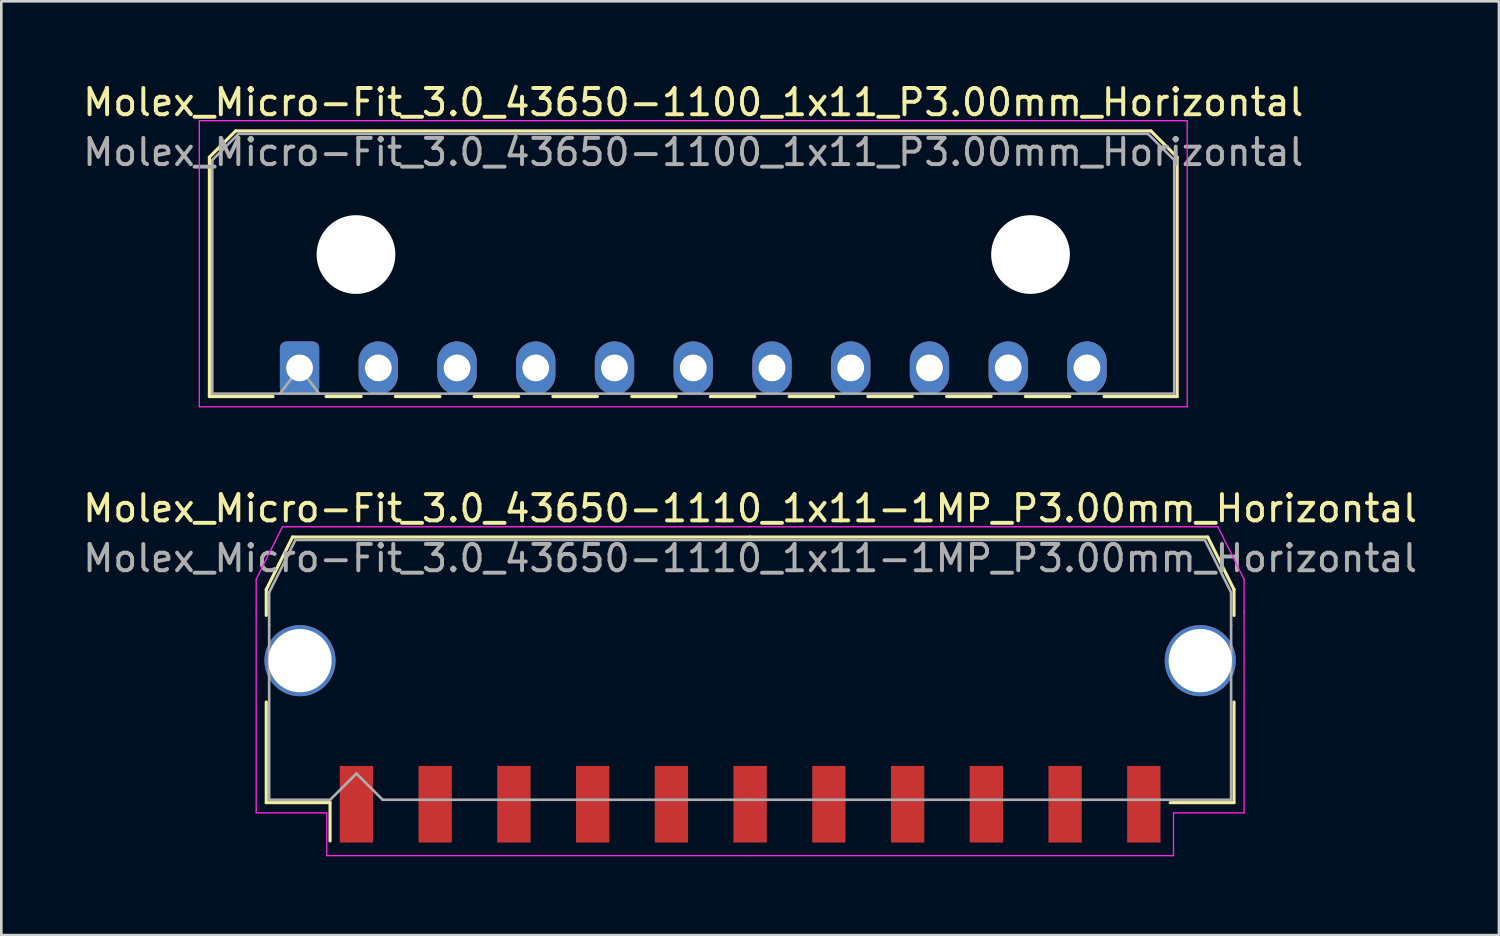
<source format=kicad_pcb>
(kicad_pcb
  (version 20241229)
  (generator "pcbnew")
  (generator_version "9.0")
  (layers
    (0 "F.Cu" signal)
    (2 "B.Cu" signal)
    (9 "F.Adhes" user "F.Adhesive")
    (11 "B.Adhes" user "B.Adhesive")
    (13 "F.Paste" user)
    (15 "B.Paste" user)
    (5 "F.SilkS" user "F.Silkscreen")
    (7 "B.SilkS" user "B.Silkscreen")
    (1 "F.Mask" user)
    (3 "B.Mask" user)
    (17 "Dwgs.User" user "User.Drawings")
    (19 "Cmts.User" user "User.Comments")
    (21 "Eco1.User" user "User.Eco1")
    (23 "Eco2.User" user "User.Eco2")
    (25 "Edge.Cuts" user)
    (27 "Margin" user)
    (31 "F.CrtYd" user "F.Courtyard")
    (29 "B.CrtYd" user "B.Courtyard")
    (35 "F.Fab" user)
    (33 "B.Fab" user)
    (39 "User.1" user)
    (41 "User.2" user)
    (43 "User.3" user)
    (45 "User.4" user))
  (footprint "Molex_Micro-Fit_3.0_43650-1110_1x11-1MP_P3.00mm_Horizontal"
    (layer "F.Cu")
    (at 25.53 22.471)
    (property "Reference" "Molex_Micro-Fit_3.0_43650-1110_1x11-1MP_P3.00mm_Horizontal" (at 0 -6.15 0) (layer "F.SilkS") (effects (font (size 1 1) (thickness 0.15))))
    (attr smd)
    (fp_line (start -18.435 -3.06) (end -18.435 -2.075) (stroke (width 0.12) (type solid)) (layer "F.SilkS"))
    (fp_line (start -18.435 1.225) (end -18.435 5.06) (stroke (width 0.12) (type solid)) (layer "F.SilkS"))
    (fp_line (start -18.435 5.06) (end -16.005 5.06) (stroke (width 0.12) (type solid)) (layer "F.SilkS"))
    (fp_line (start -17.435 -5.06) (end -18.435 -3.06) (stroke (width 0.12) (type solid)) (layer "F.SilkS"))
    (fp_line (start -16.005 5.06) (end -16.005 6.52) (stroke (width 0.12) (type solid)) (layer "F.SilkS"))
    (fp_line (start 0 -5.06) (end -17.435 -5.06) (stroke (width 0.12) (type solid)) (layer "F.SilkS"))
    (fp_line (start 0 -5.06) (end 17.435 -5.06) (stroke (width 0.12) (type solid)) (layer "F.SilkS"))
    (fp_line (start 17.435 -5.06) (end 18.435 -3.06) (stroke (width 0.12) (type solid)) (layer "F.SilkS"))
    (fp_line (start 18.435 -3.06) (end 18.435 -2.075) (stroke (width 0.12) (type solid)) (layer "F.SilkS"))
    (fp_line (start 18.435 1.225) (end 18.435 5.06) (stroke (width 0.12) (type solid)) (layer "F.SilkS"))
    (fp_line (start 18.435 5.06) (end 16.005 5.06) (stroke (width 0.12) (type solid)) (layer "F.SilkS"))
    (fp_line (start -18.82 -3.45) (end -18.82 -2.2) (stroke (width 0.05) (type solid)) (layer "F.CrtYd"))
    (fp_line (start -18.82 -2.2) (end -18.82 5.45) (stroke (width 0.05) (type solid)) (layer "F.CrtYd"))
    (fp_line (start -18.82 5.45) (end -16.13 5.45) (stroke (width 0.05) (type solid)) (layer "F.CrtYd"))
    (fp_line (start -17.82 -5.45) (end -18.82 -3.45) (stroke (width 0.05) (type solid)) (layer "F.CrtYd"))
    (fp_line (start -16.13 5.45) (end -16.13 7.08) (stroke (width 0.05) (type solid)) (layer "F.CrtYd"))
    (fp_line (start -16.13 7.08) (end 0 7.08) (stroke (width 0.05) (type solid)) (layer "F.CrtYd"))
    (fp_line (start 0 -5.45) (end -17.82 -5.45) (stroke (width 0.05) (type solid)) (layer "F.CrtYd"))
    (fp_line (start 0 -5.45) (end 17.82 -5.45) (stroke (width 0.05) (type solid)) (layer "F.CrtYd"))
    (fp_line (start 16.13 5.45) (end 16.13 7.08) (stroke (width 0.05) (type solid)) (layer "F.CrtYd"))
    (fp_line (start 16.13 7.08) (end 0 7.08) (stroke (width 0.05) (type solid)) (layer "F.CrtYd"))
    (fp_line (start 17.82 -5.45) (end 18.82 -3.45) (stroke (width 0.05) (type solid)) (layer "F.CrtYd"))
    (fp_line (start 18.82 -3.45) (end 18.82 -2.2) (stroke (width 0.05) (type solid)) (layer "F.CrtYd"))
    (fp_line (start 18.82 -2.2) (end 18.82 5.45) (stroke (width 0.05) (type solid)) (layer "F.CrtYd"))
    (fp_line (start 18.82 5.45) (end 16.13 5.45) (stroke (width 0.05) (type solid)) (layer "F.CrtYd"))
    (fp_line (start -18.325 -2.95) (end -18.325 -1.705) (stroke (width 0.1) (type solid)) (layer "F.Fab"))
    (fp_line (start -18.325 -1.705) (end -18.325 4.95) (stroke (width 0.1) (type solid)) (layer "F.Fab"))
    (fp_line (start -18.325 4.95) (end -16 4.95) (stroke (width 0.1) (type solid)) (layer "F.Fab"))
    (fp_line (start -17.325 -4.95) (end -18.325 -2.95) (stroke (width 0.1) (type solid)) (layer "F.Fab"))
    (fp_line (start -16 4.95) (end -15 3.95) (stroke (width 0.1) (type solid)) (layer "F.Fab"))
    (fp_line (start -15 3.95) (end -14 4.95) (stroke (width 0.1) (type solid)) (layer "F.Fab"))
    (fp_line (start -14 4.95) (end 0 4.95) (stroke (width 0.1) (type solid)) (layer "F.Fab"))
    (fp_line (start 0 -4.95) (end -17.325 -4.95) (stroke (width 0.1) (type solid)) (layer "F.Fab"))
    (fp_line (start 0 -4.95) (end 17.325 -4.95) (stroke (width 0.1) (type solid)) (layer "F.Fab"))
    (fp_line (start 15.635 4.95) (end 0 4.95) (stroke (width 0.1) (type solid)) (layer "F.Fab"))
    (fp_line (start 17.325 -4.95) (end 18.325 -2.95) (stroke (width 0.1) (type solid)) (layer "F.Fab"))
    (fp_line (start 18.325 -2.95) (end 18.325 -1.705) (stroke (width 0.1) (type solid)) (layer "F.Fab"))
    (fp_line (start 18.325 -1.705) (end 18.325 4.95) (stroke (width 0.1) (type solid)) (layer "F.Fab"))
    (fp_line (start 18.325 4.95) (end 15.635 4.95) (stroke (width 0.1) (type solid)) (layer "F.Fab"))
    (fp_text user "${REFERENCE}" (at 0 -4.25 0) (layer "F.Fab") (effects (font (size 1 1) (thickness 0.15))))
    (pad "1" smd rect (at -15 5.12) (size 1.27 2.92) (layers "F.Cu" "F.Mask" "F.Paste"))
    (pad "2" smd rect (at -12 5.12) (size 1.27 2.92) (layers "F.Cu" "F.Mask" "F.Paste"))
    (pad "3" smd rect (at -9 5.12) (size 1.27 2.92) (layers "F.Cu" "F.Mask" "F.Paste"))
    (pad "4" smd rect (at -6 5.12) (size 1.27 2.92) (layers "F.Cu" "F.Mask" "F.Paste"))
    (pad "5" smd rect (at -3 5.12) (size 1.27 2.92) (layers "F.Cu" "F.Mask" "F.Paste"))
    (pad "6" smd rect (at 0 5.12) (size 1.27 2.92) (layers "F.Cu" "F.Mask" "F.Paste"))
    (pad "7" smd rect (at 3 5.12) (size 1.27 2.92) (layers "F.Cu" "F.Mask" "F.Paste"))
    (pad "8" smd rect (at 6 5.12) (size 1.27 2.92) (layers "F.Cu" "F.Mask" "F.Paste"))
    (pad "9" smd rect (at 9 5.12) (size 1.27 2.92) (layers "F.Cu" "F.Mask" "F.Paste"))
    (pad "10" smd rect (at 12 5.12) (size 1.27 2.92) (layers "F.Cu" "F.Mask" "F.Paste"))
    (pad "11" smd rect (at 15 5.12) (size 1.27 2.92) (layers "F.Cu" "F.Mask" "F.Paste"))
    (pad "MP" thru_hole circle (at -17.15 -0.35) (size 2.71 2.71) (drill 2.41) (layers "*.Cu" "*.Mask"))
    (pad "MP" thru_hole circle (at 17.15 -0.35) (size 2.71 2.71) (drill 2.41) (layers "*.Cu" "*.Mask")))
  (footprint "Molex_Micro-Fit_3.0_43650-1100_1x11_P3.00mm_Horizontal"
    (layer "F.Cu")
    (at 8.363 10.968)
    (property "Reference" "Molex_Micro-Fit_3.0_43650-1100_1x11_P3.00mm_Horizontal" (at 15 -10.12 0) (layer "F.SilkS") (effects (font (size 1 1) (thickness 0.15))))
    (attr through_hole)
    (fp_line (start -3.435 -8.03) (end -2.435 -9.03) (stroke (width 0.12) (type solid)) (layer "F.SilkS"))
    (fp_line (start -3.435 1.09) (end -3.435 -8.03) (stroke (width 0.12) (type solid)) (layer "F.SilkS"))
    (fp_line (start -3.435 1.09) (end -1.01 1.09) (stroke (width 0.12) (type solid)) (layer "F.SilkS"))
    (fp_line (start -2.435 -9.03) (end 32.435 -9.03) (stroke (width 0.12) (type solid)) (layer "F.SilkS"))
    (fp_line (start 1.01 1.09) (end 2.348 1.09) (stroke (width 0.12) (type solid)) (layer "F.SilkS"))
    (fp_line (start 3.652 1.09) (end 5.348 1.09) (stroke (width 0.12) (type solid)) (layer "F.SilkS"))
    (fp_line (start 6.652 1.09) (end 8.348 1.09) (stroke (width 0.12) (type solid)) (layer "F.SilkS"))
    (fp_line (start 9.652 1.09) (end 11.348 1.09) (stroke (width 0.12) (type solid)) (layer "F.SilkS"))
    (fp_line (start 12.652 1.09) (end 14.348 1.09) (stroke (width 0.12) (type solid)) (layer "F.SilkS"))
    (fp_line (start 15.652 1.09) (end 17.348 1.09) (stroke (width 0.12) (type solid)) (layer "F.SilkS"))
    (fp_line (start 18.652 1.09) (end 20.348 1.09) (stroke (width 0.12) (type solid)) (layer "F.SilkS"))
    (fp_line (start 21.652 1.09) (end 23.348 1.09) (stroke (width 0.12) (type solid)) (layer "F.SilkS"))
    (fp_line (start 24.652 1.09) (end 26.348 1.09) (stroke (width 0.12) (type solid)) (layer "F.SilkS"))
    (fp_line (start 27.652 1.09) (end 29.348 1.09) (stroke (width 0.12) (type solid)) (layer "F.SilkS"))
    (fp_line (start 32.435 -9.03) (end 33.435 -8.03) (stroke (width 0.12) (type solid)) (layer "F.SilkS"))
    (fp_line (start 33.435 -8.03) (end 33.435 1.09) (stroke (width 0.12) (type solid)) (layer "F.SilkS"))
    (fp_line (start 33.435 1.09) (end 30.652 1.09) (stroke (width 0.12) (type solid)) (layer "F.SilkS"))
    (fp_line (start -3.82 -9.42) (end 33.82 -9.42) (stroke (width 0.05) (type solid)) (layer "F.CrtYd"))
    (fp_line (start -3.82 1.48) (end -3.82 -9.42) (stroke (width 0.05) (type solid)) (layer "F.CrtYd"))
    (fp_line (start 33.82 -9.42) (end 33.82 1.48) (stroke (width 0.05) (type solid)) (layer "F.CrtYd"))
    (fp_line (start 33.82 1.48) (end -3.82 1.48) (stroke (width 0.05) (type solid)) (layer "F.CrtYd"))
    (fp_line (start -3.325 -7.92) (end -2.325 -8.92) (stroke (width 0.1) (type solid)) (layer "F.Fab"))
    (fp_line (start -3.325 0.98) (end -3.325 -7.92) (stroke (width 0.1) (type solid)) (layer "F.Fab"))
    (fp_line (start -2.325 -8.92) (end 32.325 -8.92) (stroke (width 0.1) (type solid)) (layer "F.Fab"))
    (fp_line (start -0.75 0.98) (end 0 0) (stroke (width 0.1) (type solid)) (layer "F.Fab"))
    (fp_line (start 0 0) (end 0.75 0.98) (stroke (width 0.1) (type solid)) (layer "F.Fab"))
    (fp_line (start 32.325 -8.92) (end 33.325 -7.92) (stroke (width 0.1) (type solid)) (layer "F.Fab"))
    (fp_line (start 33.325 -7.92) (end 33.325 0.98) (stroke (width 0.1) (type solid)) (layer "F.Fab"))
    (fp_line (start 33.325 0.98) (end -3.325 0.98) (stroke (width 0.1) (type solid)) (layer "F.Fab"))
    (fp_text user "${REFERENCE}" (at 15 -8.22 0) (layer "F.Fab") (effects (font (size 1 1) (thickness 0.15))))
    (pad "" np_thru_hole circle (at 2.15 -4.32) (size 3 3) (drill 3) (layers "*.Cu" "*.Mask"))
    (pad "" np_thru_hole circle (at 27.85 -4.32) (size 3 3) (drill 3) (layers "*.Cu" "*.Mask"))
    (pad "1" thru_hole roundrect (at 0 0) (size 1.5 2.02) (drill 1.02) (layers "*.Cu" "*.Mask") (roundrect_rratio 0.167))
    (pad "2" thru_hole oval (at 3 0) (size 1.5 2.02) (drill 1.02) (layers "*.Cu" "*.Mask"))
    (pad "3" thru_hole oval (at 6 0) (size 1.5 2.02) (drill 1.02) (layers "*.Cu" "*.Mask"))
    (pad "4" thru_hole oval (at 9 0) (size 1.5 2.02) (drill 1.02) (layers "*.Cu" "*.Mask"))
    (pad "5" thru_hole oval (at 12 0) (size 1.5 2.02) (drill 1.02) (layers "*.Cu" "*.Mask"))
    (pad "6" thru_hole oval (at 15 0) (size 1.5 2.02) (drill 1.02) (layers "*.Cu" "*.Mask"))
    (pad "7" thru_hole oval (at 18 0) (size 1.5 2.02) (drill 1.02) (layers "*.Cu" "*.Mask"))
    (pad "8" thru_hole oval (at 21 0) (size 1.5 2.02) (drill 1.02) (layers "*.Cu" "*.Mask"))
    (pad "9" thru_hole oval (at 24 0) (size 1.5 2.02) (drill 1.02) (layers "*.Cu" "*.Mask"))
    (pad "10" thru_hole oval (at 27 0) (size 1.5 2.02) (drill 1.02) (layers "*.Cu" "*.Mask"))
    (pad "11" thru_hole oval (at 30 0) (size 1.5 2.02) (drill 1.02) (layers "*.Cu" "*.Mask")))
  (gr_rect
    (start -3 -3)
    (end 54.06 32.577)
    (stroke (width 0.1) (type default))
    (fill no)
    (layer "Edge.Cuts")))
</source>
